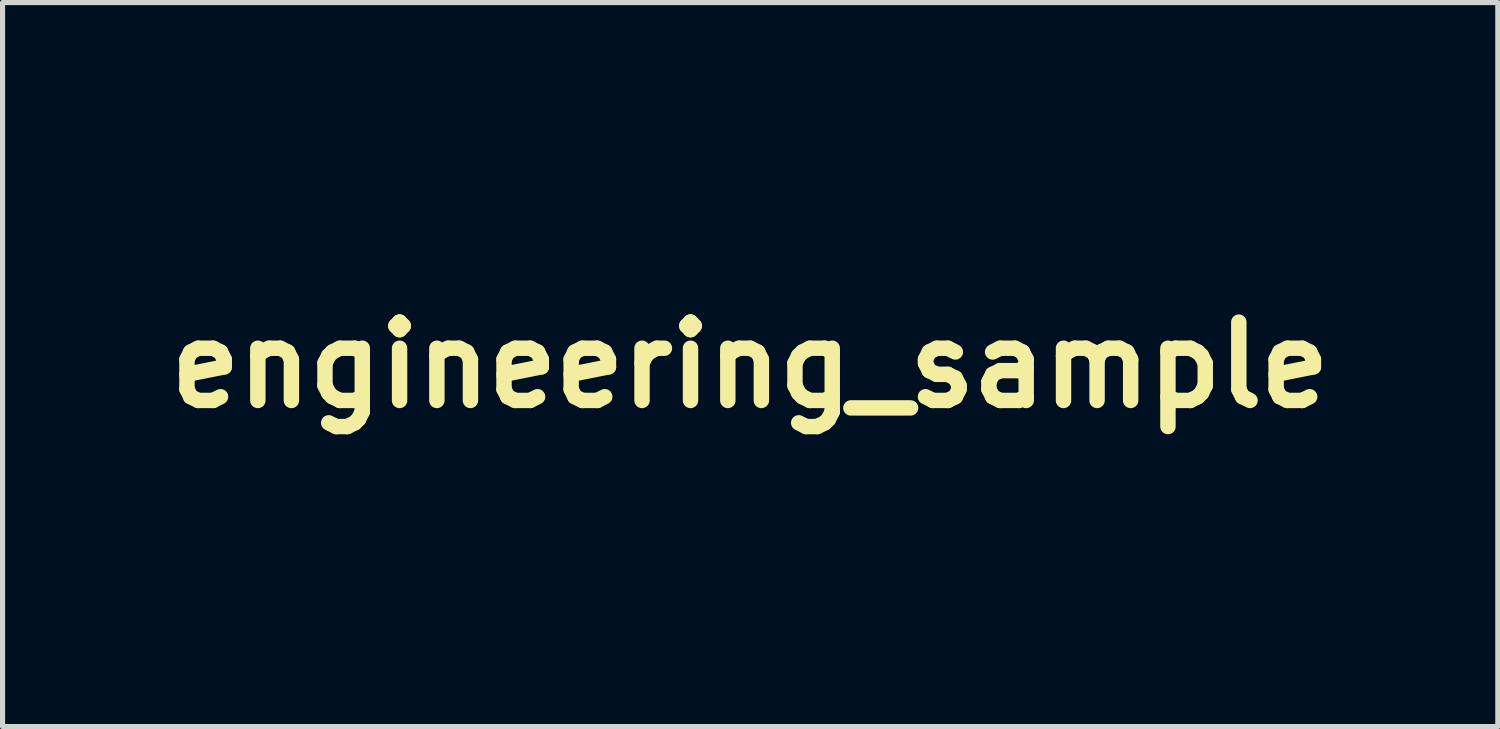
<source format=kicad_pcb>
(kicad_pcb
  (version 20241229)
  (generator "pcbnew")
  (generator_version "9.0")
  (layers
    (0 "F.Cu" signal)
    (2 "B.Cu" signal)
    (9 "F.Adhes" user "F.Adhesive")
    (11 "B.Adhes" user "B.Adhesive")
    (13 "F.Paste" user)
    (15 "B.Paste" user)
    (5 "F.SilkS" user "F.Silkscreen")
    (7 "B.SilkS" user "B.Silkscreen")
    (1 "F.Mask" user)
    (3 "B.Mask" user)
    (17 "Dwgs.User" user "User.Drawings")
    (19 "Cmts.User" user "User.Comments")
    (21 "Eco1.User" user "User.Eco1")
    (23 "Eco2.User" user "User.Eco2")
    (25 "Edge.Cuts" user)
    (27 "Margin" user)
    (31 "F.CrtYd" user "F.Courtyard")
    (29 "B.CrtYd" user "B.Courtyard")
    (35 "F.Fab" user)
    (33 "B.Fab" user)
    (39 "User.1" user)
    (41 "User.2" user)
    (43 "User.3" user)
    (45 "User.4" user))
  (footprint "engineering_sample"
    (layer "F.Cu")
    (at 11.546 4.052)
    (property "Reference" "engineering_sample" (at 0 0 0) (layer "F.SilkS") (effects (font (size 1.524 1.524) (thickness 0.3))))
    (attr through_hole)
    (fp_poly (pts (xy 0.971 0.832) (xy 1.07 0.836) (xy 1.142 0.842) (xy 1.192 0.849) (xy 1.226 0.86) (xy 1.241 0.868) (xy 1.295 0.922) (xy 1.329 0.992) (xy 1.341 1.071) (xy 1.334 1.151) (xy 1.307 1.224) (xy 1.261 1.281) (xy 1.227 1.303) (xy 1.184 1.315) (xy 1.116 1.324) (xy 1.033 1.33) (xy 0.944 1.332) (xy 0.858 1.33) (xy 0.817 1.326) (xy 0.745 1.319) (xy 0.745 0.826) (xy 0.971 0.832)) (stroke (width 0.01) (type solid)) (fill yes) (layer "F.Mask"))
    (fp_poly (pts (xy 2.807 -1.623) (xy 2.917 -1.619) (xy 2.998 -1.611) (xy 3.056 -1.599) (xy 3.097 -1.58) (xy 3.125 -1.553) (xy 3.147 -1.515) (xy 3.147 -1.514) (xy 3.163 -1.452) (xy 3.165 -1.376) (xy 3.154 -1.304) (xy 3.141 -1.27) (xy 3.119 -1.232) (xy 3.093 -1.205) (xy 3.059 -1.187) (xy 3.009 -1.176) (xy 2.939 -1.17) (xy 2.843 -1.168) (xy 2.807 -1.168) (xy 2.574 -1.168) (xy 2.574 -1.629) (xy 2.807 -1.623)) (stroke (width 0.01) (type solid)) (fill yes) (layer "F.Mask"))
    (fp_poly (pts (xy -2.243 1.047) (xy -2.226 1.092) (xy -2.202 1.156) (xy -2.174 1.234) (xy -2.144 1.32) (xy -2.113 1.407) (xy -2.084 1.489) (xy -2.06 1.56) (xy -2.042 1.614) (xy -2.033 1.645) (xy -2.032 1.65) (xy -2.048 1.654) (xy -2.089 1.657) (xy -2.15 1.659) (xy -2.221 1.659) (xy -2.295 1.659) (xy -2.365 1.657) (xy -2.423 1.654) (xy -2.461 1.651) (xy -2.473 1.647) (xy -2.468 1.623) (xy -2.453 1.576) (xy -2.432 1.51) (xy -2.405 1.432) (xy -2.375 1.348) (xy -2.345 1.263) (xy -2.315 1.183) (xy -2.289 1.114) (xy -2.268 1.062) (xy -2.255 1.033) (xy -2.251 1.029) (xy -2.243 1.047)) (stroke (width 0.01) (type solid)) (fill yes) (layer "F.Mask"))
    (fp_poly (pts (xy 8.975 4.03) (xy -8.958 4.03) (xy -8.958 2.035) (xy -4.316 2.035) (xy -4.316 2.04) (xy -4.299 2.051) (xy -4.263 2.074) (xy -4.227 2.097) (xy -4.083 2.169) (xy -3.924 2.214) (xy -3.756 2.231) (xy -3.587 2.22) (xy -3.555 2.214) (xy -2.963 2.214) (xy -2.948 2.216) (xy -2.906 2.217) (xy -2.846 2.218) (xy -2.821 2.218) (xy -2.678 2.218) (xy -2.625 2.057) (xy -2.571 1.896) (xy -2.255 1.9) (xy -1.939 1.905) (xy -1.834 2.21) (xy -1.689 2.215) (xy -1.544 2.22) (xy -1.85 1.405) (xy -2.156 0.593) (xy -1.321 0.593) (xy -1.321 2.218) (xy -1.067 2.218) (xy -1.066 1.664) (xy -1.066 1.109) (xy -0.719 2.007) (xy -0.616 2.012) (xy -0.556 2.013) (xy -0.522 2.008) (xy -0.505 1.995) (xy -0.5 1.986) (xy -0.491 1.962) (xy -0.472 1.912) (xy -0.444 1.838) (xy -0.41 1.747) (xy -0.371 1.643) (xy -0.336 1.55) (xy -0.294 1.438) (xy -0.255 1.337) (xy -0.221 1.249) (xy -0.195 1.18) (xy -0.176 1.135) (xy -0.169 1.118) (xy -0.165 1.127) (xy -0.161 1.168) (xy -0.158 1.238) (xy -0.156 1.335) (xy -0.154 1.456) (xy -0.153 1.599) (xy -0.153 1.655) (xy -0.152 2.218) (xy 0.085 2.218) (xy 0.085 0.593) (xy 0.474 0.593) (xy 0.474 2.218) (xy 0.745 2.218) (xy 0.745 1.575) (xy 0.979 1.575) (xy 1.11 1.572) (xy 1.213 1.564) (xy 1.295 1.549) (xy 1.361 1.526) (xy 1.418 1.492) (xy 1.444 1.472) (xy 1.52 1.395) (xy 1.57 1.307) (xy 1.598 1.201) (xy 1.605 1.125) (xy 1.604 1.001) (xy 1.584 0.899) (xy 1.543 0.811) (xy 1.478 0.731) (xy 1.474 0.728) (xy 1.432 0.688) (xy 1.391 0.657) (xy 1.347 0.633) (xy 1.294 0.616) (xy 1.229 0.605) (xy 1.145 0.598) (xy 1.039 0.594) (xy 0.905 0.593) (xy 0.852 0.593) (xy 1.913 0.593) (xy 1.913 2.218) (xy 2.98 2.218) (xy 2.98 1.964) (xy 2.167 1.964) (xy 2.167 0.593) (xy 3.234 0.593) (xy 3.234 2.218) (xy 4.301 2.218) (xy 4.301 1.964) (xy 3.488 1.964) (xy 3.488 1.541) (xy 4.166 1.541) (xy 4.166 1.287) (xy 3.488 1.287) (xy 3.488 0.83) (xy 4.301 0.83) (xy 4.301 0.593) (xy 3.234 0.593) (xy 2.167 0.593) (xy 1.913 0.593) (xy 0.852 0.593) (xy 0.474 0.593) (xy 0.085 0.593) (xy -0.066 0.593) (xy -0.148 0.595) (xy -0.2 0.601) (xy -0.223 0.611) (xy -0.224 0.614) (xy -0.232 0.634) (xy -0.25 0.683) (xy -0.276 0.755) (xy -0.31 0.847) (xy -0.349 0.955) (xy -0.393 1.074) (xy -0.415 1.135) (xy -0.46 1.258) (xy -0.502 1.371) (xy -0.539 1.469) (xy -0.569 1.55) (xy -0.592 1.608) (xy -0.605 1.641) (xy -0.608 1.646) (xy -0.616 1.633) (xy -0.634 1.593) (xy -0.661 1.527) (xy -0.694 1.441) (xy -0.734 1.337) (xy -0.778 1.219) (xy -0.813 1.125) (xy -1.008 0.593) (xy -1.321 0.593) (xy -2.156 0.593) (xy -2.157 0.591) (xy -2.356 0.601) (xy -2.66 1.405) (xy -2.718 1.562) (xy -2.774 1.709) (xy -2.824 1.842) (xy -2.868 1.96) (xy -2.905 2.059) (xy -2.934 2.136) (xy -2.954 2.188) (xy -2.963 2.213) (xy -2.963 2.214) (xy -3.555 2.214) (xy -3.536 2.211) (xy -3.431 2.183) (xy -3.348 2.147) (xy -3.278 2.098) (xy -3.254 2.077) (xy -3.183 1.988) (xy -3.137 1.883) (xy -3.117 1.769) (xy -3.125 1.654) (xy -3.16 1.546) (xy -3.189 1.495) (xy -3.239 1.435) (xy -3.306 1.386) (xy -3.393 1.345) (xy -3.505 1.31) (xy -3.604 1.287) (xy -3.732 1.258) (xy -3.829 1.227) (xy -3.899 1.194) (xy -3.946 1.156) (xy -3.973 1.11) (xy -3.984 1.054) (xy -3.984 1.043) (xy -3.973 0.966) (xy -3.933 0.906) (xy -3.88 0.868) (xy -3.781 0.832) (xy -3.668 0.821) (xy -3.548 0.834) (xy -3.43 0.872) (xy -3.372 0.9) (xy -3.322 0.925) (xy -3.285 0.938) (xy -3.269 0.937) (xy -3.254 0.916) (xy -3.23 0.874) (xy -3.203 0.828) (xy -3.15 0.733) (xy -3.248 0.68) (xy -3.381 0.624) (xy -3.521 0.589) (xy -3.664 0.576) (xy -3.801 0.584) (xy -3.929 0.613) (xy -4.039 0.663) (xy -4.093 0.702) (xy -4.168 0.784) (xy -4.216 0.879) (xy -4.239 0.991) (xy -4.241 1.05) (xy -4.235 1.157) (xy -4.217 1.241) (xy -4.182 1.309) (xy -4.145 1.353) (xy -4.1 1.394) (xy -4.05 1.427) (xy -3.988 1.454) (xy -3.909 1.48) (xy -3.805 1.505) (xy -3.744 1.518) (xy -3.63 1.543) (xy -3.544 1.567) (xy -3.482 1.592) (xy -3.439 1.62) (xy -3.41 1.654) (xy -3.394 1.685) (xy -3.377 1.762) (xy -3.391 1.831) (xy -3.432 1.889) (xy -3.5 1.935) (xy -3.589 1.966) (xy -3.699 1.98) (xy -3.728 1.981) (xy -3.831 1.972) (xy -3.937 1.949) (xy -4.034 1.915) (xy -4.112 1.874) (xy -4.125 1.865) (xy -4.159 1.84) (xy -4.182 1.829) (xy -4.184 1.829) (xy -4.198 1.842) (xy -4.222 1.875) (xy -4.252 1.92) (xy -4.281 1.967) (xy -4.304 2.008) (xy -4.316 2.035) (xy -8.958 2.035) (xy -8.958 -1.863) (xy -7.163 -1.863) (xy -7.163 -0.237) (xy -6.096 -0.237) (xy -6.096 -0.491) (xy -6.892 -0.491) (xy -6.892 -0.914) (xy -6.215 -0.914) (xy -6.215 -1.168) (xy -6.892 -1.168) (xy -6.892 -1.626) (xy -6.096 -1.626) (xy -6.096 -1.863) (xy -5.791 -1.863) (xy -5.791 -0.237) (xy -5.521 -0.237) (xy -5.516 -0.822) (xy -5.512 -1.408) (xy -5.18 -0.827) (xy -4.848 -0.246) (xy -4.701 -0.241) (xy -4.555 -0.236) (xy -4.555 -1.041) (xy -4.191 -1.041) (xy -4.191 -0.91) (xy -4.19 -0.809) (xy -4.189 -0.731) (xy -4.186 -0.674) (xy -4.182 -0.631) (xy -4.176 -0.599) (xy -4.167 -0.573) (xy -4.156 -0.548) (xy -4.151 -0.538) (xy -4.078 -0.427) (xy -3.983 -0.338) (xy -3.87 -0.274) (xy -3.744 -0.236) (xy -3.609 -0.225) (xy -3.47 -0.244) (xy -3.385 -0.27) (xy -3.277 -0.325) (xy -3.189 -0.404) (xy -3.121 -0.506) (xy -3.073 -0.634) (xy -3.043 -0.789) (xy -3.032 -0.971) (xy -3.031 -0.995) (xy -3.031 -1.135) (xy -3.607 -1.135) (xy -3.607 -0.881) (xy -3.454 -0.881) (xy -3.379 -0.88) (xy -3.333 -0.876) (xy -3.31 -0.863) (xy -3.304 -0.835) (xy -3.311 -0.787) (xy -3.319 -0.746) (xy -3.35 -0.647) (xy -3.402 -0.574) (xy -3.477 -0.524) (xy -3.478 -0.523) (xy -3.573 -0.496) (xy -3.67 -0.496) (xy -3.76 -0.522) (xy -3.837 -0.571) (xy -3.89 -0.636) (xy -3.903 -0.661) (xy -3.913 -0.686) (xy -3.919 -0.718) (xy -3.924 -0.76) (xy -3.926 -0.82) (xy -3.928 -0.901) (xy -3.928 -1.01) (xy -3.928 -1.041) (xy -3.927 -1.177) (xy -3.923 -1.283) (xy -3.916 -1.365) (xy -3.905 -1.427) (xy -3.888 -1.474) (xy -3.864 -1.511) (xy -3.833 -1.543) (xy -3.818 -1.555) (xy -3.738 -1.599) (xy -3.65 -1.617) (xy -3.56 -1.61) (xy -3.476 -1.579) (xy -3.407 -1.528) (xy -3.362 -1.463) (xy -3.334 -1.405) (xy -3.05 -1.405) (xy -3.064 -1.452) (xy -3.115 -1.576) (xy -3.193 -1.687) (xy -3.29 -1.778) (xy -3.385 -1.835) (xy -3.431 -1.853) (xy -3.474 -1.863) (xy -2.692 -1.863) (xy -2.692 -0.237) (xy -2.421 -0.237) (xy -2.421 -1.863) (xy -2.049 -1.863) (xy -2.049 -0.237) (xy -1.795 -0.237) (xy -1.791 -0.825) (xy -1.786 -1.413) (xy -1.451 -0.825) (xy -1.115 -0.237) (xy -0.83 -0.237) (xy -0.83 -1.863) (xy -0.44 -1.863) (xy -0.44 -0.237) (xy 0.627 -0.237) (xy 0.627 -0.491) (xy -0.186 -0.491) (xy -0.186 -0.914) (xy 0.157 -0.918) (xy 0.5 -0.923) (xy 0.509 -1.168) (xy 0.166 -1.172) (xy -0.178 -1.177) (xy -0.178 -1.617) (xy 0.224 -1.622) (xy 0.627 -1.626) (xy 0.627 -1.863) (xy 0.931 -1.863) (xy 0.931 -0.237) (xy 1.998 -0.237) (xy 2.303 -0.237) (xy 2.574 -0.237) (xy 2.574 -0.914) (xy 2.84 -0.914) (xy 3.017 -0.58) (xy 3.195 -0.246) (xy 3.35 -0.241) (xy 3.418 -0.24) (xy 3.471 -0.241) (xy 3.501 -0.245) (xy 3.505 -0.248) (xy 3.497 -0.265) (xy 3.476 -0.307) (xy 3.443 -0.368) (xy 3.403 -0.443) (xy 3.357 -0.528) (xy 3.308 -0.616) (xy 3.259 -0.703) (xy 3.214 -0.784) (xy 3.174 -0.854) (xy 3.172 -0.857) (xy 3.132 -0.928) (xy 3.222 -0.978) (xy 3.313 -1.045) (xy 3.378 -1.13) (xy 3.419 -1.234) (xy 3.436 -1.361) (xy 3.437 -1.404) (xy 3.424 -1.535) (xy 3.386 -1.644) (xy 3.322 -1.732) (xy 3.231 -1.802) (xy 3.192 -1.822) (xy 3.164 -1.835) (xy 3.137 -1.845) (xy 3.105 -1.852) (xy 3.065 -1.857) (xy 3.012 -1.86) (xy 2.939 -1.861) (xy 2.843 -1.862) (xy 2.718 -1.862) (xy 2.705 -1.863) (xy 2.303 -1.863) (xy 3.793 -1.863) (xy 3.793 -0.237) (xy 4.064 -0.237) (xy 4.064 -1.863) (xy 4.437 -1.863) (xy 4.437 -0.237) (xy 4.69 -0.237) (xy 4.699 -1.425) (xy 5.038 -0.831) (xy 5.376 -0.237) (xy 5.516 -0.237) (xy 5.656 -0.237) (xy 5.656 -1.05) (xy 6.02 -1.05) (xy 6.021 -0.904) (xy 6.024 -0.788) (xy 6.03 -0.695) (xy 6.041 -0.621) (xy 6.058 -0.561) (xy 6.08 -0.51) (xy 6.111 -0.463) (xy 6.15 -0.415) (xy 6.153 -0.412) (xy 6.247 -0.329) (xy 6.361 -0.27) (xy 6.489 -0.236) (xy 6.625 -0.227) (xy 6.762 -0.246) (xy 6.831 -0.267) (xy 6.933 -0.32) (xy 7.024 -0.4) (xy 7.098 -0.5) (xy 7.121 -0.545) (xy 7.141 -0.591) (xy 7.155 -0.632) (xy 7.164 -0.676) (xy 7.17 -0.732) (xy 7.174 -0.807) (xy 7.177 -0.893) (xy 7.183 -1.135) (xy 6.621 -1.135) (xy 6.621 -0.881) (xy 6.909 -0.881) (xy 6.909 -0.801) (xy 6.894 -0.705) (xy 6.854 -0.619) (xy 6.793 -0.552) (xy 6.78 -0.543) (xy 6.702 -0.507) (xy 6.611 -0.493) (xy 6.52 -0.5) (xy 6.445 -0.528) (xy 6.367 -0.589) (xy 6.317 -0.663) (xy 6.298 -0.721) (xy 6.291 -0.772) (xy 6.287 -0.848) (xy 6.284 -0.941) (xy 6.283 -1.043) (xy 6.285 -1.146) (xy 6.288 -1.24) (xy 6.294 -1.319) (xy 6.301 -1.373) (xy 6.336 -1.467) (xy 6.394 -1.541) (xy 6.468 -1.591) (xy 6.552 -1.616) (xy 6.642 -1.615) (xy 6.731 -1.585) (xy 6.799 -1.538) (xy 6.838 -1.498) (xy 6.864 -1.458) (xy 6.868 -1.446) (xy 6.875 -1.426) (xy 6.889 -1.414) (xy 6.916 -1.408) (xy 6.964 -1.406) (xy 7.021 -1.405) (xy 7.096 -1.407) (xy 7.142 -1.413) (xy 7.16 -1.432) (xy 7.156 -1.467) (xy 7.132 -1.524) (xy 7.118 -1.554) (xy 7.047 -1.666) (xy 6.954 -1.761) (xy 6.85 -1.829) (xy 6.804 -1.849) (xy 6.76 -1.862) (xy 6.706 -1.868) (xy 6.634 -1.871) (xy 6.596 -1.871) (xy 6.514 -1.87) (xy 6.455 -1.866) (xy 6.408 -1.856) (xy 6.364 -1.84) (xy 6.329 -1.824) (xy 6.223 -1.753) (xy 6.133 -1.657) (xy 6.066 -1.543) (xy 6.059 -1.526) (xy 6.046 -1.493) (xy 6.037 -1.461) (xy 6.03 -1.424) (xy 6.025 -1.377) (xy 6.022 -1.316) (xy 6.021 -1.234) (xy 6.02 -1.127) (xy 6.02 -1.05) (xy 5.656 -1.05) (xy 5.656 -1.863) (xy 5.402 -1.863) (xy 5.402 -0.669) (xy 5.067 -1.265) (xy 4.733 -1.862) (xy 4.585 -1.862) (xy 4.437 -1.863) (xy 4.064 -1.863) (xy 3.793 -1.863) (xy 2.303 -1.863) (xy 2.303 -0.237) (xy 1.998 -0.237) (xy 1.998 -0.491) (xy 1.202 -0.491) (xy 1.202 -0.914) (xy 1.88 -0.914) (xy 1.88 -1.168) (xy 1.202 -1.168) (xy 1.202 -1.626) (xy 1.998 -1.626) (xy 1.998 -1.863) (xy 0.931 -1.863) (xy 0.627 -1.863) (xy -0.44 -1.863) (xy -0.83 -1.863) (xy -1.083 -1.863) (xy -1.088 -1.266) (xy -1.092 -0.669) (xy -1.149 -0.77) (xy -1.171 -0.81) (xy -1.208 -0.875) (xy -1.256 -0.96) (xy -1.313 -1.061) (xy -1.377 -1.175) (xy -1.445 -1.296) (xy -1.485 -1.367) (xy -1.764 -1.863) (xy -2.049 -1.863) (xy -2.421 -1.863) (xy -2.692 -1.863) (xy -3.474 -1.863) (xy -3.481 -1.864) (xy -3.544 -1.87) (xy -3.632 -1.871) (xy -3.632 -1.871) (xy -3.714 -1.87) (xy -3.773 -1.866) (xy -3.82 -1.856) (xy -3.864 -1.84) (xy -3.898 -1.824) (xy -3.998 -1.76) (xy -4.079 -1.674) (xy -4.146 -1.562) (xy -4.147 -1.559) (xy -4.161 -1.529) (xy -4.171 -1.502) (xy -4.179 -1.472) (xy -4.184 -1.436) (xy -4.188 -1.387) (xy -4.19 -1.322) (xy -4.191 -1.236) (xy -4.191 -1.123) (xy -4.191 -1.041) (xy -4.555 -1.041) (xy -4.555 -1.863) (xy -4.809 -1.863) (xy -4.809 -1.267) (xy -4.809 -1.116) (xy -4.811 -0.984) (xy -4.813 -0.873) (xy -4.815 -0.785) (xy -4.818 -0.723) (xy -4.822 -0.691) (xy -4.824 -0.687) (xy -4.836 -0.705) (xy -4.862 -0.749) (xy -4.901 -0.816) (xy -4.95 -0.903) (xy -5.009 -1.006) (xy -5.075 -1.123) (xy -5.146 -1.249) (xy -5.165 -1.283) (xy -5.492 -1.863) (xy -5.791 -1.863) (xy -6.096 -1.863) (xy -7.163 -1.863) (xy -8.958 -1.863) (xy -8.958 -4.047) (xy 8.975 -4.047) (xy 8.975 4.03)) (stroke (width 0.01) (type solid)) (fill yes) (layer "F.Mask")))
  (gr_rect
    (start -3 -3)
    (end 26.092 11.087)
    (stroke (width 0.1) (type default))
    (fill no)
    (layer "Edge.Cuts")))
</source>
